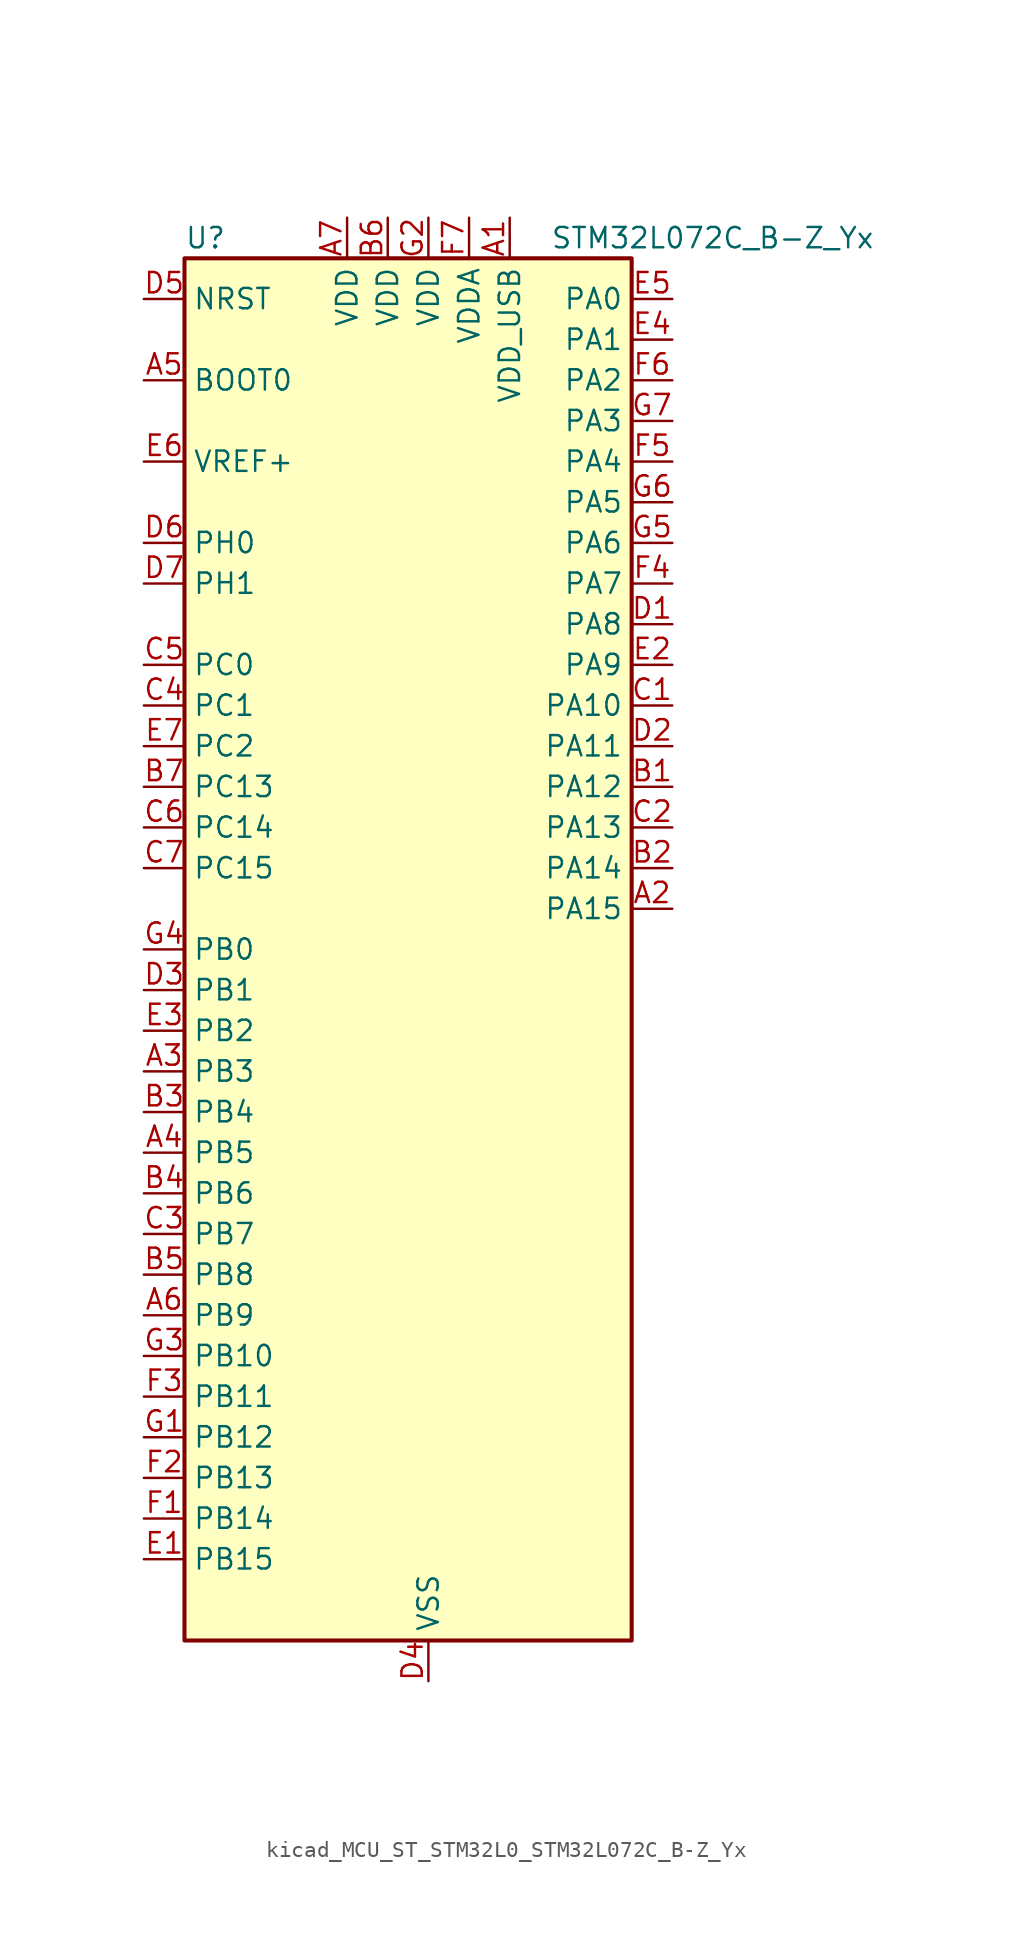
<source format=kicad_sym>
(kicad_symbol_lib
  (version 20220914)
  (generator kicad_symbol_editor)
  (symbol "kicad_MCU_ST_STM32L0_STM32L072C_B-Z_Yx"
    (property "Reference" "U"
      (at -12.7 44.45 0)
      (effects (font (size 1.27 1.27)) (justify left)))
    (property "Value" "STM32L072C_B-Z_Yx"
      (at 10.16 44.45 0)
      (effects (font (size 1.27 1.27)) (justify left)))
    (property "ki_locked" ""
      (at 0 0 0)
      (effects (font (size 1.27 1.27))))
    (symbol "kicad_MCU_ST_STM32L0_STM32L072C_B-Z_Yx_0_1"
      (rectangle (start -12.7 -43.18) (end 15.24 43.18) (stroke (width 0.254) (type default)) (fill (type background))))
    (symbol "kicad_MCU_ST_STM32L0_STM32L072C_B-Z_Yx_1_1"
      (pin power_in line (at 7.62 45.72 270) (length 2.54) (name "VDD_USB" (effects (font (size 1.27 1.27)))) (number "A1" (effects (font (size 1.27 1.27)))))
      (pin bidirectional line (at 17.78 2.54 180) (length 2.54) (name "PA15" (effects (font (size 1.27 1.27)))) (number "A2" (effects (font (size 1.27 1.27)))) (alternate "SPI1_NSS" bidirectional line) (alternate "TIM2_CH1" bidirectional line) (alternate "TIM2_ETR" bidirectional line) (alternate "USART2_RX" bidirectional line) (alternate "USART4_DE" bidirectional line) (alternate "USART4_RTS" bidirectional line))
      (pin bidirectional line (at -15.24 -7.62 0) (length 2.54) (name "PB3" (effects (font (size 1.27 1.27)))) (number "A3" (effects (font (size 1.27 1.27)))) (alternate "COMP2_INM" bidirectional line) (alternate "SPI1_SCK" bidirectional line) (alternate "TIM2_CH2" bidirectional line) (alternate "TSC_G5_IO1" bidirectional line) (alternate "USART1_DE" bidirectional line) (alternate "USART1_RTS" bidirectional line) (alternate "USART5_TX" bidirectional line))
      (pin bidirectional line (at -15.24 -12.7 0) (length 2.54) (name "PB5" (effects (font (size 1.27 1.27)))) (number "A4" (effects (font (size 1.27 1.27)))) (alternate "COMP2_INP" bidirectional line) (alternate "I2C1_SMBA" bidirectional line) (alternate "LPTIM1_IN1" bidirectional line) (alternate "SPI1_MOSI" bidirectional line) (alternate "TIM22_CH2" bidirectional line) (alternate "TIM3_CH2" bidirectional line) (alternate "USART1_CK" bidirectional line) (alternate "USART5_CK" bidirectional line) (alternate "USART5_DE" bidirectional line) (alternate "USART5_RTS" bidirectional line))
      (pin input line (at -15.24 35.56 0) (length 2.54) (name "BOOT0" (effects (font (size 1.27 1.27)))) (number "A5" (effects (font (size 1.27 1.27)))))
      (pin bidirectional line (at -15.24 -22.86 0) (length 2.54) (name "PB9" (effects (font (size 1.27 1.27)))) (number "A6" (effects (font (size 1.27 1.27)))) (alternate "DAC_EXTI9" bidirectional line) (alternate "I2C1_SDA" bidirectional line) (alternate "I2S2_WS" bidirectional line) (alternate "SPI2_NSS" bidirectional line))
      (pin power_in line (at -2.54 45.72 270) (length 2.54) (name "VDD" (effects (font (size 1.27 1.27)))) (number "A7" (effects (font (size 1.27 1.27)))))
      (pin bidirectional line (at 17.78 10.16 180) (length 2.54) (name "PA12" (effects (font (size 1.27 1.27)))) (number "B1" (effects (font (size 1.27 1.27)))) (alternate "COMP2_OUT" bidirectional line) (alternate "SPI1_MOSI" bidirectional line) (alternate "TSC_G4_IO4" bidirectional line) (alternate "USART1_DE" bidirectional line) (alternate "USART1_RTS" bidirectional line) (alternate "USB_DP" bidirectional line))
      (pin bidirectional line (at 17.78 5.08 180) (length 2.54) (name "PA14" (effects (font (size 1.27 1.27)))) (number "B2" (effects (font (size 1.27 1.27)))) (alternate "LPUART1_TX" bidirectional line) (alternate "SYS_SWCLK" bidirectional line) (alternate "USART2_TX" bidirectional line))
      (pin bidirectional line (at -15.24 -10.16 0) (length 2.54) (name "PB4" (effects (font (size 1.27 1.27)))) (number "B3" (effects (font (size 1.27 1.27)))) (alternate "COMP2_INP" bidirectional line) (alternate "I2C3_SDA" bidirectional line) (alternate "SPI1_MISO" bidirectional line) (alternate "TIM22_CH1" bidirectional line) (alternate "TIM3_CH1" bidirectional line) (alternate "TSC_G5_IO2" bidirectional line) (alternate "USART1_CTS" bidirectional line) (alternate "USART5_RX" bidirectional line))
      (pin bidirectional line (at -15.24 -15.24 0) (length 2.54) (name "PB6" (effects (font (size 1.27 1.27)))) (number "B4" (effects (font (size 1.27 1.27)))) (alternate "COMP2_INP" bidirectional line) (alternate "I2C1_SCL" bidirectional line) (alternate "LPTIM1_ETR" bidirectional line) (alternate "TSC_G5_IO3" bidirectional line) (alternate "USART1_TX" bidirectional line))
      (pin bidirectional line (at -15.24 -20.32 0) (length 2.54) (name "PB8" (effects (font (size 1.27 1.27)))) (number "B5" (effects (font (size 1.27 1.27)))) (alternate "I2C1_SCL" bidirectional line) (alternate "TSC_SYNC" bidirectional line))
      (pin power_in line (at 0 45.72 270) (length 2.54) (name "VDD" (effects (font (size 1.27 1.27)))) (number "B6" (effects (font (size 1.27 1.27)))))
      (pin bidirectional line (at -15.24 10.16 0) (length 2.54) (name "PC13" (effects (font (size 1.27 1.27)))) (number "B7" (effects (font (size 1.27 1.27)))) (alternate "RTC_OUT_ALARM" bidirectional line) (alternate "RTC_OUT_CALIB" bidirectional line) (alternate "RTC_TAMP1" bidirectional line) (alternate "RTC_TS" bidirectional line) (alternate "SYS_WKUP2" bidirectional line))
      (pin bidirectional line (at 17.78 15.24 180) (length 2.54) (name "PA10" (effects (font (size 1.27 1.27)))) (number "C1" (effects (font (size 1.27 1.27)))) (alternate "I2C1_SDA" bidirectional line) (alternate "TSC_G4_IO2" bidirectional line) (alternate "USART1_RX" bidirectional line))
      (pin bidirectional line (at 17.78 7.62 180) (length 2.54) (name "PA13" (effects (font (size 1.27 1.27)))) (number "C2" (effects (font (size 1.27 1.27)))) (alternate "LPUART1_RX" bidirectional line) (alternate "SYS_SWDIO" bidirectional line) (alternate "USB_NOE" bidirectional line))
      (pin bidirectional line (at -15.24 -17.78 0) (length 2.54) (name "PB7" (effects (font (size 1.27 1.27)))) (number "C3" (effects (font (size 1.27 1.27)))) (alternate "COMP2_INP" bidirectional line) (alternate "I2C1_SDA" bidirectional line) (alternate "LPTIM1_IN2" bidirectional line) (alternate "SYS_PVD_IN" bidirectional line) (alternate "TSC_G5_IO4" bidirectional line) (alternate "USART1_RX" bidirectional line) (alternate "USART4_CTS" bidirectional line))
      (pin bidirectional line (at -15.24 15.24 0) (length 2.54) (name "PC1" (effects (font (size 1.27 1.27)))) (number "C4" (effects (font (size 1.27 1.27)))) (alternate "ADC_IN11" bidirectional line) (alternate "I2C3_SDA" bidirectional line) (alternate "LPTIM1_OUT" bidirectional line) (alternate "LPUART1_TX" bidirectional line) (alternate "TSC_G7_IO2" bidirectional line))
      (pin bidirectional line (at -15.24 17.78 0) (length 2.54) (name "PC0" (effects (font (size 1.27 1.27)))) (number "C5" (effects (font (size 1.27 1.27)))) (alternate "ADC_IN10" bidirectional line) (alternate "I2C3_SCL" bidirectional line) (alternate "LPTIM1_IN1" bidirectional line) (alternate "LPUART1_RX" bidirectional line) (alternate "TSC_G7_IO1" bidirectional line))
      (pin bidirectional line (at -15.24 7.62 0) (length 2.54) (name "PC14" (effects (font (size 1.27 1.27)))) (number "C6" (effects (font (size 1.27 1.27)))) (alternate "RCC_OSC32_IN" bidirectional line))
      (pin bidirectional line (at -15.24 5.08 0) (length 2.54) (name "PC15" (effects (font (size 1.27 1.27)))) (number "C7" (effects (font (size 1.27 1.27)))) (alternate "RCC_OSC32_OUT" bidirectional line))
      (pin bidirectional line (at 17.78 20.32 180) (length 2.54) (name "PA8" (effects (font (size 1.27 1.27)))) (number "D1" (effects (font (size 1.27 1.27)))) (alternate "CRS_SYNC" bidirectional line) (alternate "I2C3_SCL" bidirectional line) (alternate "RCC_MCO" bidirectional line) (alternate "USART1_CK" bidirectional line))
      (pin bidirectional line (at 17.78 12.7 180) (length 2.54) (name "PA11" (effects (font (size 1.27 1.27)))) (number "D2" (effects (font (size 1.27 1.27)))) (alternate "ADC_EXTI11" bidirectional line) (alternate "COMP1_OUT" bidirectional line) (alternate "SPI1_MISO" bidirectional line) (alternate "TSC_G4_IO3" bidirectional line) (alternate "USART1_CTS" bidirectional line) (alternate "USB_DM" bidirectional line))
      (pin bidirectional line (at -15.24 -2.54 0) (length 2.54) (name "PB1" (effects (font (size 1.27 1.27)))) (number "D3" (effects (font (size 1.27 1.27)))) (alternate "ADC_IN9" bidirectional line) (alternate "LPUART1_DE" bidirectional line) (alternate "LPUART1_RTS" bidirectional line) (alternate "SYS_VREF_OUT_PB1" bidirectional line) (alternate "TIM3_CH4" bidirectional line) (alternate "TSC_G3_IO3" bidirectional line))
      (pin power_in line (at 2.54 -45.72 90) (length 2.54) (name "VSS" (effects (font (size 1.27 1.27)))) (number "D4" (effects (font (size 1.27 1.27)))))
      (pin input line (at -15.24 40.64 0) (length 2.54) (name "NRST" (effects (font (size 1.27 1.27)))) (number "D5" (effects (font (size 1.27 1.27)))))
      (pin bidirectional line (at -15.24 25.4 0) (length 2.54) (name "PH0" (effects (font (size 1.27 1.27)))) (number "D6" (effects (font (size 1.27 1.27)))) (alternate "CRS_SYNC" bidirectional line) (alternate "RCC_OSC_IN" bidirectional line))
      (pin bidirectional line (at -15.24 22.86 0) (length 2.54) (name "PH1" (effects (font (size 1.27 1.27)))) (number "D7" (effects (font (size 1.27 1.27)))) (alternate "RCC_OSC_OUT" bidirectional line))
      (pin bidirectional line (at -15.24 -38.1 0) (length 2.54) (name "PB15" (effects (font (size 1.27 1.27)))) (number "E1" (effects (font (size 1.27 1.27)))) (alternate "I2S2_SD" bidirectional line) (alternate "RTC_REFIN" bidirectional line) (alternate "SPI2_MOSI" bidirectional line))
      (pin bidirectional line (at 17.78 17.78 180) (length 2.54) (name "PA9" (effects (font (size 1.27 1.27)))) (number "E2" (effects (font (size 1.27 1.27)))) (alternate "DAC_EXTI9" bidirectional line) (alternate "I2C1_SCL" bidirectional line) (alternate "I2C3_SMBA" bidirectional line) (alternate "RCC_MCO" bidirectional line) (alternate "TSC_G4_IO1" bidirectional line) (alternate "USART1_TX" bidirectional line))
      (pin bidirectional line (at -15.24 -5.08 0) (length 2.54) (name "PB2" (effects (font (size 1.27 1.27)))) (number "E3" (effects (font (size 1.27 1.27)))) (alternate "I2C3_SMBA" bidirectional line) (alternate "LPTIM1_OUT" bidirectional line) (alternate "TSC_G3_IO4" bidirectional line))
      (pin bidirectional line (at 17.78 38.1 180) (length 2.54) (name "PA1" (effects (font (size 1.27 1.27)))) (number "E4" (effects (font (size 1.27 1.27)))) (alternate "ADC_IN1" bidirectional line) (alternate "COMP1_INP" bidirectional line) (alternate "TIM21_ETR" bidirectional line) (alternate "TIM2_CH2" bidirectional line) (alternate "TSC_G1_IO2" bidirectional line) (alternate "USART2_DE" bidirectional line) (alternate "USART2_RTS" bidirectional line) (alternate "USART4_RX" bidirectional line))
      (pin bidirectional line (at 17.78 40.64 180) (length 2.54) (name "PA0" (effects (font (size 1.27 1.27)))) (number "E5" (effects (font (size 1.27 1.27)))) (alternate "ADC_IN0" bidirectional line) (alternate "COMP1_INM" bidirectional line) (alternate "COMP1_OUT" bidirectional line) (alternate "RTC_TAMP2" bidirectional line) (alternate "SYS_WKUP1" bidirectional line) (alternate "TIM2_CH1" bidirectional line) (alternate "TIM2_ETR" bidirectional line) (alternate "TSC_G1_IO1" bidirectional line) (alternate "USART2_CTS" bidirectional line) (alternate "USART4_TX" bidirectional line))
      (pin input line (at -15.24 30.48 0) (length 2.54) (name "VREF+" (effects (font (size 1.27 1.27)))) (number "E6" (effects (font (size 1.27 1.27)))))
      (pin bidirectional line (at -15.24 12.7 0) (length 2.54) (name "PC2" (effects (font (size 1.27 1.27)))) (number "E7" (effects (font (size 1.27 1.27)))) (alternate "ADC_IN12" bidirectional line) (alternate "I2S2_MCK" bidirectional line) (alternate "LPTIM1_IN2" bidirectional line) (alternate "SPI2_MISO" bidirectional line) (alternate "TSC_G7_IO3" bidirectional line))
      (pin bidirectional line (at -15.24 -35.56 0) (length 2.54) (name "PB14" (effects (font (size 1.27 1.27)))) (number "F1" (effects (font (size 1.27 1.27)))) (alternate "I2C2_SDA" bidirectional line) (alternate "I2S2_MCK" bidirectional line) (alternate "LPUART1_DE" bidirectional line) (alternate "LPUART1_RTS" bidirectional line) (alternate "RTC_OUT_ALARM" bidirectional line) (alternate "RTC_OUT_CALIB" bidirectional line) (alternate "SPI2_MISO" bidirectional line) (alternate "TIM21_CH2" bidirectional line) (alternate "TSC_G6_IO4" bidirectional line))
      (pin bidirectional line (at -15.24 -33.02 0) (length 2.54) (name "PB13" (effects (font (size 1.27 1.27)))) (number "F2" (effects (font (size 1.27 1.27)))) (alternate "I2C2_SCL" bidirectional line) (alternate "I2S2_CK" bidirectional line) (alternate "LPUART1_CTS" bidirectional line) (alternate "RCC_MCO" bidirectional line) (alternate "SPI2_SCK" bidirectional line) (alternate "TIM21_CH1" bidirectional line) (alternate "TSC_G6_IO3" bidirectional line))
      (pin bidirectional line (at -15.24 -27.94 0) (length 2.54) (name "PB11" (effects (font (size 1.27 1.27)))) (number "F3" (effects (font (size 1.27 1.27)))) (alternate "ADC_EXTI11" bidirectional line) (alternate "I2C2_SDA" bidirectional line) (alternate "LPUART1_RX" bidirectional line) (alternate "LPUART1_TX" bidirectional line) (alternate "TIM2_CH4" bidirectional line) (alternate "TSC_G6_IO1" bidirectional line))
      (pin bidirectional line (at 17.78 22.86 180) (length 2.54) (name "PA7" (effects (font (size 1.27 1.27)))) (number "F4" (effects (font (size 1.27 1.27)))) (alternate "ADC_IN7" bidirectional line) (alternate "COMP2_OUT" bidirectional line) (alternate "SPI1_MOSI" bidirectional line) (alternate "TIM22_CH2" bidirectional line) (alternate "TIM3_CH2" bidirectional line) (alternate "TSC_G2_IO4" bidirectional line))
      (pin bidirectional line (at 17.78 30.48 180) (length 2.54) (name "PA4" (effects (font (size 1.27 1.27)))) (number "F5" (effects (font (size 1.27 1.27)))) (alternate "ADC_IN4" bidirectional line) (alternate "COMP1_INM" bidirectional line) (alternate "COMP2_INM" bidirectional line) (alternate "DAC_OUT1" bidirectional line) (alternate "SPI1_NSS" bidirectional line) (alternate "TIM22_ETR" bidirectional line) (alternate "TSC_G2_IO1" bidirectional line) (alternate "USART2_CK" bidirectional line))
      (pin bidirectional line (at 17.78 35.56 180) (length 2.54) (name "PA2" (effects (font (size 1.27 1.27)))) (number "F6" (effects (font (size 1.27 1.27)))) (alternate "ADC_IN2" bidirectional line) (alternate "COMP2_INM" bidirectional line) (alternate "COMP2_OUT" bidirectional line) (alternate "LPUART1_TX" bidirectional line) (alternate "TIM21_CH1" bidirectional line) (alternate "TIM2_CH3" bidirectional line) (alternate "TSC_G1_IO3" bidirectional line) (alternate "USART2_TX" bidirectional line))
      (pin power_in line (at 5.08 45.72 270) (length 2.54) (name "VDDA" (effects (font (size 1.27 1.27)))) (number "F7" (effects (font (size 1.27 1.27)))))
      (pin bidirectional line (at -15.24 -30.48 0) (length 2.54) (name "PB12" (effects (font (size 1.27 1.27)))) (number "G1" (effects (font (size 1.27 1.27)))) (alternate "I2S2_WS" bidirectional line) (alternate "LPUART1_DE" bidirectional line) (alternate "LPUART1_RTS" bidirectional line) (alternate "SPI2_NSS" bidirectional line) (alternate "TSC_G6_IO2" bidirectional line))
      (pin power_in line (at 2.54 45.72 270) (length 2.54) (name "VDD" (effects (font (size 1.27 1.27)))) (number "G2" (effects (font (size 1.27 1.27)))))
      (pin bidirectional line (at -15.24 -25.4 0) (length 2.54) (name "PB10" (effects (font (size 1.27 1.27)))) (number "G3" (effects (font (size 1.27 1.27)))) (alternate "I2C2_SCL" bidirectional line) (alternate "LPUART1_RX" bidirectional line) (alternate "LPUART1_TX" bidirectional line) (alternate "SPI2_SCK" bidirectional line) (alternate "TIM2_CH3" bidirectional line) (alternate "TSC_SYNC" bidirectional line))
      (pin bidirectional line (at -15.24 0 0) (length 2.54) (name "PB0" (effects (font (size 1.27 1.27)))) (number "G4" (effects (font (size 1.27 1.27)))) (alternate "ADC_IN8" bidirectional line) (alternate "SYS_VREF_OUT_PB0" bidirectional line) (alternate "TIM3_CH3" bidirectional line) (alternate "TSC_G3_IO2" bidirectional line))
      (pin bidirectional line (at 17.78 25.4 180) (length 2.54) (name "PA6" (effects (font (size 1.27 1.27)))) (number "G5" (effects (font (size 1.27 1.27)))) (alternate "ADC_IN6" bidirectional line) (alternate "COMP1_OUT" bidirectional line) (alternate "LPUART1_CTS" bidirectional line) (alternate "SPI1_MISO" bidirectional line) (alternate "TIM22_CH1" bidirectional line) (alternate "TIM3_CH1" bidirectional line) (alternate "TSC_G2_IO3" bidirectional line))
      (pin bidirectional line (at 17.78 27.94 180) (length 2.54) (name "PA5" (effects (font (size 1.27 1.27)))) (number "G6" (effects (font (size 1.27 1.27)))) (alternate "ADC_IN5" bidirectional line) (alternate "COMP1_INM" bidirectional line) (alternate "COMP2_INM" bidirectional line) (alternate "DAC_OUT2" bidirectional line) (alternate "SPI1_SCK" bidirectional line) (alternate "TIM2_CH1" bidirectional line) (alternate "TIM2_ETR" bidirectional line) (alternate "TSC_G2_IO2" bidirectional line))
      (pin bidirectional line (at 17.78 33.02 180) (length 2.54) (name "PA3" (effects (font (size 1.27 1.27)))) (number "G7" (effects (font (size 1.27 1.27)))) (alternate "ADC_IN3" bidirectional line) (alternate "COMP2_INP" bidirectional line) (alternate "LPUART1_RX" bidirectional line) (alternate "TIM21_CH2" bidirectional line) (alternate "TIM2_CH4" bidirectional line) (alternate "TSC_G1_IO4" bidirectional line) (alternate "USART2_RX" bidirectional line)))))
</source>
